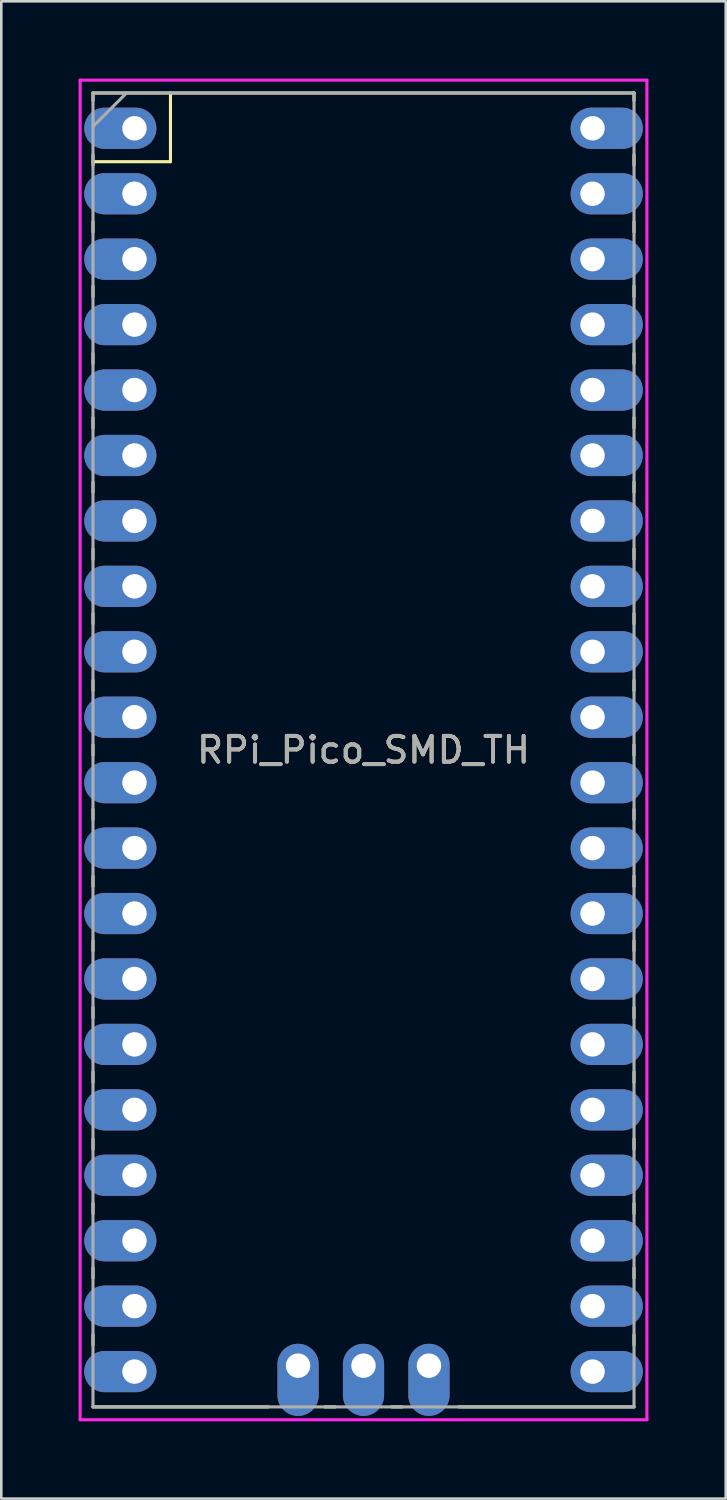
<source format=kicad_pcb>
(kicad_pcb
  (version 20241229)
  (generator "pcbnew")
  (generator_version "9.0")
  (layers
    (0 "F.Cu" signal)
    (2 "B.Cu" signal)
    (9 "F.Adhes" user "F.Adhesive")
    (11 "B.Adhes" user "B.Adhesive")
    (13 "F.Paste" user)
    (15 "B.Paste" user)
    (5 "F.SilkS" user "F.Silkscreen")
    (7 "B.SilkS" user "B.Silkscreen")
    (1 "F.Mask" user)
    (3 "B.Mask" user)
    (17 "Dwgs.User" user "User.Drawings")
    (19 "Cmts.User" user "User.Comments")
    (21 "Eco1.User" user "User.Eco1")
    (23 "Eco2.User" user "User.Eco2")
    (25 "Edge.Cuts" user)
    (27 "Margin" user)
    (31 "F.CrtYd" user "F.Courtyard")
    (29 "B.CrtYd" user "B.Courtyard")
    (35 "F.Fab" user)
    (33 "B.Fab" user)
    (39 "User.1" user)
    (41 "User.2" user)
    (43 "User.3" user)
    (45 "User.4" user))
  (footprint "RPi_Pico_SMD_TH"
    (layer "F.Cu")
    (at 11.06 26.06)
    (property "Reference" "RPi_Pico_SMD_TH" (at 0 0 0) (layer "F.SilkS") (effects (font (size 1 1) (thickness 0.15))))
    (attr through_hole)
    (fp_line (start -10.5 -25.5) (end -10.5 -25.2) (stroke (width 0.12) (type solid)) (layer "F.SilkS"))
    (fp_line (start -10.5 -25.5) (end 10.5 -25.5) (stroke (width 0.12) (type solid)) (layer "F.SilkS"))
    (fp_line (start -10.5 -23.1) (end -10.5 -22.7) (stroke (width 0.12) (type solid)) (layer "F.SilkS"))
    (fp_line (start -10.5 -22.833) (end -7.493 -22.833) (stroke (width 0.12) (type solid)) (layer "F.SilkS"))
    (fp_line (start -10.5 -20.5) (end -10.5 -20.1) (stroke (width 0.12) (type solid)) (layer "F.SilkS"))
    (fp_line (start -10.5 -18) (end -10.5 -17.6) (stroke (width 0.12) (type solid)) (layer "F.SilkS"))
    (fp_line (start -10.5 -15.4) (end -10.5 -15) (stroke (width 0.12) (type solid)) (layer "F.SilkS"))
    (fp_line (start -10.5 -12.9) (end -10.5 -12.5) (stroke (width 0.12) (type solid)) (layer "F.SilkS"))
    (fp_line (start -10.5 -10.4) (end -10.5 -10) (stroke (width 0.12) (type solid)) (layer "F.SilkS"))
    (fp_line (start -10.5 -7.8) (end -10.5 -7.4) (stroke (width 0.12) (type solid)) (layer "F.SilkS"))
    (fp_line (start -10.5 -5.3) (end -10.5 -4.9) (stroke (width 0.12) (type solid)) (layer "F.SilkS"))
    (fp_line (start -10.5 -2.7) (end -10.5 -2.3) (stroke (width 0.12) (type solid)) (layer "F.SilkS"))
    (fp_line (start -10.5 -0.2) (end -10.5 0.2) (stroke (width 0.12) (type solid)) (layer "F.SilkS"))
    (fp_line (start -10.5 2.3) (end -10.5 2.7) (stroke (width 0.12) (type solid)) (layer "F.SilkS"))
    (fp_line (start -10.5 4.9) (end -10.5 5.3) (stroke (width 0.12) (type solid)) (layer "F.SilkS"))
    (fp_line (start -10.5 7.4) (end -10.5 7.8) (stroke (width 0.12) (type solid)) (layer "F.SilkS"))
    (fp_line (start -10.5 10) (end -10.5 10.4) (stroke (width 0.12) (type solid)) (layer "F.SilkS"))
    (fp_line (start -10.5 12.5) (end -10.5 12.9) (stroke (width 0.12) (type solid)) (layer "F.SilkS"))
    (fp_line (start -10.5 15.1) (end -10.5 15.5) (stroke (width 0.12) (type solid)) (layer "F.SilkS"))
    (fp_line (start -10.5 17.6) (end -10.5 18) (stroke (width 0.12) (type solid)) (layer "F.SilkS"))
    (fp_line (start -10.5 20.1) (end -10.5 20.5) (stroke (width 0.12) (type solid)) (layer "F.SilkS"))
    (fp_line (start -10.5 22.7) (end -10.5 23.1) (stroke (width 0.12) (type solid)) (layer "F.SilkS"))
    (fp_line (start -7.493 -22.833) (end -7.493 -25.5) (stroke (width 0.12) (type solid)) (layer "F.SilkS"))
    (fp_line (start -3.7 25.5) (end -10.5 25.5) (stroke (width 0.12) (type solid)) (layer "F.SilkS"))
    (fp_line (start -1.5 25.5) (end -1.1 25.5) (stroke (width 0.12) (type solid)) (layer "F.SilkS"))
    (fp_line (start 1.1 25.5) (end 1.5 25.5) (stroke (width 0.12) (type solid)) (layer "F.SilkS"))
    (fp_line (start 10.5 -25.5) (end 10.5 -25.2) (stroke (width 0.12) (type solid)) (layer "F.SilkS"))
    (fp_line (start 10.5 -23.1) (end 10.5 -22.7) (stroke (width 0.12) (type solid)) (layer "F.SilkS"))
    (fp_line (start 10.5 -20.5) (end 10.5 -20.1) (stroke (width 0.12) (type solid)) (layer "F.SilkS"))
    (fp_line (start 10.5 -18) (end 10.5 -17.6) (stroke (width 0.12) (type solid)) (layer "F.SilkS"))
    (fp_line (start 10.5 -15.4) (end 10.5 -15) (stroke (width 0.12) (type solid)) (layer "F.SilkS"))
    (fp_line (start 10.5 -12.9) (end 10.5 -12.5) (stroke (width 0.12) (type solid)) (layer "F.SilkS"))
    (fp_line (start 10.5 -10.4) (end 10.5 -10) (stroke (width 0.12) (type solid)) (layer "F.SilkS"))
    (fp_line (start 10.5 -7.8) (end 10.5 -7.4) (stroke (width 0.12) (type solid)) (layer "F.SilkS"))
    (fp_line (start 10.5 -5.3) (end 10.5 -4.9) (stroke (width 0.12) (type solid)) (layer "F.SilkS"))
    (fp_line (start 10.5 -2.7) (end 10.5 -2.3) (stroke (width 0.12) (type solid)) (layer "F.SilkS"))
    (fp_line (start 10.5 -0.2) (end 10.5 0.2) (stroke (width 0.12) (type solid)) (layer "F.SilkS"))
    (fp_line (start 10.5 2.3) (end 10.5 2.7) (stroke (width 0.12) (type solid)) (layer "F.SilkS"))
    (fp_line (start 10.5 4.9) (end 10.5 5.3) (stroke (width 0.12) (type solid)) (layer "F.SilkS"))
    (fp_line (start 10.5 7.4) (end 10.5 7.8) (stroke (width 0.12) (type solid)) (layer "F.SilkS"))
    (fp_line (start 10.5 10) (end 10.5 10.4) (stroke (width 0.12) (type solid)) (layer "F.SilkS"))
    (fp_line (start 10.5 12.5) (end 10.5 12.9) (stroke (width 0.12) (type solid)) (layer "F.SilkS"))
    (fp_line (start 10.5 15.1) (end 10.5 15.5) (stroke (width 0.12) (type solid)) (layer "F.SilkS"))
    (fp_line (start 10.5 17.6) (end 10.5 18) (stroke (width 0.12) (type solid)) (layer "F.SilkS"))
    (fp_line (start 10.5 20.1) (end 10.5 20.5) (stroke (width 0.12) (type solid)) (layer "F.SilkS"))
    (fp_line (start 10.5 22.7) (end 10.5 23.1) (stroke (width 0.12) (type solid)) (layer "F.SilkS"))
    (fp_line (start 10.5 25.5) (end 3.7 25.5) (stroke (width 0.12) (type solid)) (layer "F.SilkS"))
    (fp_line (start -11 -26) (end 11 -26) (stroke (width 0.12) (type solid)) (layer "F.CrtYd"))
    (fp_line (start -11 26) (end -11 -26) (stroke (width 0.12) (type solid)) (layer "F.CrtYd"))
    (fp_line (start 11 -26) (end 11 26) (stroke (width 0.12) (type solid)) (layer "F.CrtYd"))
    (fp_line (start 11 26) (end -11 26) (stroke (width 0.12) (type solid)) (layer "F.CrtYd"))
    (fp_line (start -10.5 -25.5) (end 10.5 -25.5) (stroke (width 0.12) (type solid)) (layer "F.Fab"))
    (fp_line (start -10.5 -24.2) (end -9.2 -25.5) (stroke (width 0.12) (type solid)) (layer "F.Fab"))
    (fp_line (start -10.5 25.5) (end -10.5 -25.5) (stroke (width 0.12) (type solid)) (layer "F.Fab"))
    (fp_line (start 10.5 -25.5) (end 10.5 25.5) (stroke (width 0.12) (type solid)) (layer "F.Fab"))
    (fp_line (start 10.5 25.5) (end -10.5 25.5) (stroke (width 0.12) (type solid)) (layer "F.Fab"))
    (fp_text user "${REFERENCE}" (at 0 0 180) (layer "F.Fab") (effects (font (size 1 1) (thickness 0.15))))
    (pad "1" thru_hole oval (at -8.89 -24.13) (size 2.8 1.6) (drill 0.95 (offset -0.55 0)) (layers "*.Cu" "*.Mask"))
    (pad "2" thru_hole oval (at -8.89 -21.59) (size 2.8 1.6) (drill 0.95 (offset -0.55 0)) (layers "*.Cu" "*.Mask"))
    (pad "3" thru_hole oval (at -8.89 -19.05) (size 2.8 1.6) (drill 0.95 (offset -0.55 0)) (layers "*.Cu" "*.Mask"))
    (pad "4" thru_hole oval (at -8.89 -16.51) (size 2.8 1.6) (drill 0.95 (offset -0.55 0)) (layers "*.Cu" "*.Mask"))
    (pad "5" thru_hole oval (at -8.89 -13.97) (size 2.8 1.6) (drill 0.95 (offset -0.55 0)) (layers "*.Cu" "*.Mask"))
    (pad "6" thru_hole oval (at -8.89 -11.43) (size 2.8 1.6) (drill 0.95 (offset -0.55 0)) (layers "*.Cu" "*.Mask"))
    (pad "7" thru_hole oval (at -8.89 -8.89) (size 2.8 1.6) (drill 0.95 (offset -0.55 0)) (layers "*.Cu" "*.Mask"))
    (pad "8" thru_hole oval (at -8.89 -6.35) (size 2.8 1.6) (drill 0.95 (offset -0.55 0)) (layers "*.Cu" "*.Mask"))
    (pad "9" thru_hole oval (at -8.89 -3.81) (size 2.8 1.6) (drill 0.95 (offset -0.55 0)) (layers "*.Cu" "*.Mask"))
    (pad "10" thru_hole oval (at -8.89 -1.27) (size 2.8 1.6) (drill 0.95 (offset -0.55 0)) (layers "*.Cu" "*.Mask"))
    (pad "11" thru_hole oval (at -8.89 1.27) (size 2.8 1.6) (drill 0.95 (offset -0.55 0)) (layers "*.Cu" "*.Mask"))
    (pad "12" thru_hole oval (at -8.89 3.81) (size 2.8 1.6) (drill 0.95 (offset -0.55 0)) (layers "*.Cu" "*.Mask"))
    (pad "13" thru_hole oval (at -8.89 6.35) (size 2.8 1.6) (drill 0.95 (offset -0.55 0)) (layers "*.Cu" "*.Mask"))
    (pad "14" thru_hole oval (at -8.89 8.89) (size 2.8 1.6) (drill 0.95 (offset -0.55 0)) (layers "*.Cu" "*.Mask"))
    (pad "15" thru_hole oval (at -8.89 11.43) (size 2.8 1.6) (drill 0.95 (offset -0.55 0)) (layers "*.Cu" "*.Mask"))
    (pad "16" thru_hole oval (at -8.89 13.97) (size 2.8 1.6) (drill 0.95 (offset -0.55 0)) (layers "*.Cu" "*.Mask"))
    (pad "17" thru_hole oval (at -8.89 16.51) (size 2.8 1.6) (drill 0.95 (offset -0.55 0)) (layers "*.Cu" "*.Mask"))
    (pad "18" thru_hole oval (at -8.89 19.05) (size 2.8 1.6) (drill 0.95 (offset -0.55 0)) (layers "*.Cu" "*.Mask"))
    (pad "19" thru_hole oval (at -8.89 21.59) (size 2.8 1.6) (drill 0.95 (offset -0.55 0)) (layers "*.Cu" "*.Mask"))
    (pad "20" thru_hole oval (at -8.89 24.13) (size 2.8 1.6) (drill 0.95 (offset -0.55 0)) (layers "*.Cu" "*.Mask"))
    (pad "21" thru_hole oval (at 8.89 24.13 180) (size 2.8 1.6) (drill 0.95 (offset -0.55 0)) (layers "*.Cu" "*.Mask"))
    (pad "22" thru_hole oval (at 8.89 21.59 180) (size 2.8 1.6) (drill 0.95 (offset -0.55 0)) (layers "*.Cu" "*.Mask"))
    (pad "23" thru_hole oval (at 8.89 19.05 180) (size 2.8 1.6) (drill 0.95 (offset -0.55 0)) (layers "*.Cu" "*.Mask"))
    (pad "24" thru_hole oval (at 8.89 16.51 180) (size 2.8 1.6) (drill 0.95 (offset -0.55 0)) (layers "*.Cu" "*.Mask"))
    (pad "25" thru_hole oval (at 8.89 13.97 180) (size 2.8 1.6) (drill 0.95 (offset -0.55 0)) (layers "*.Cu" "*.Mask"))
    (pad "26" thru_hole oval (at 8.89 11.43 180) (size 2.8 1.6) (drill 0.95 (offset -0.55 0)) (layers "*.Cu" "*.Mask"))
    (pad "27" thru_hole oval (at 8.89 8.89 180) (size 2.8 1.6) (drill 0.95 (offset -0.55 0)) (layers "*.Cu" "*.Mask"))
    (pad "28" thru_hole oval (at 8.89 6.35 180) (size 2.8 1.6) (drill 0.95 (offset -0.55 0)) (layers "*.Cu" "*.Mask"))
    (pad "29" thru_hole oval (at 8.89 3.81 180) (size 2.8 1.6) (drill 0.95 (offset -0.55 0)) (layers "*.Cu" "*.Mask"))
    (pad "30" thru_hole oval (at 8.89 1.27 180) (size 2.8 1.6) (drill 0.95 (offset -0.55 0)) (layers "*.Cu" "*.Mask"))
    (pad "31" thru_hole oval (at 8.89 -1.27 180) (size 2.8 1.6) (drill 0.95 (offset -0.55 0)) (layers "*.Cu" "*.Mask"))
    (pad "32" thru_hole oval (at 8.89 -3.81 180) (size 2.8 1.6) (drill 0.95 (offset -0.55 0)) (layers "*.Cu" "*.Mask"))
    (pad "33" thru_hole oval (at 8.89 -6.35 180) (size 2.8 1.6) (drill 0.95 (offset -0.55 0)) (layers "*.Cu" "*.Mask"))
    (pad "34" thru_hole oval (at 8.89 -8.89 180) (size 2.8 1.6) (drill 0.95 (offset -0.55 0)) (layers "*.Cu" "*.Mask"))
    (pad "35" thru_hole oval (at 8.89 -11.43 180) (size 2.8 1.6) (drill 0.95 (offset -0.55 0)) (layers "*.Cu" "*.Mask"))
    (pad "36" thru_hole oval (at 8.89 -13.97 180) (size 2.8 1.6) (drill 0.95 (offset -0.55 0)) (layers "*.Cu" "*.Mask"))
    (pad "37" thru_hole oval (at 8.89 -16.51 180) (size 2.8 1.6) (drill 0.95 (offset -0.55 0)) (layers "*.Cu" "*.Mask"))
    (pad "38" thru_hole oval (at 8.89 -19.05 180) (size 2.8 1.6) (drill 0.95 (offset -0.55 0)) (layers "*.Cu" "*.Mask"))
    (pad "39" thru_hole oval (at 8.89 -21.59 180) (size 2.8 1.6) (drill 0.95 (offset -0.55 0)) (layers "*.Cu" "*.Mask"))
    (pad "40" thru_hole oval (at 8.89 -24.13 180) (size 2.8 1.6) (drill 0.95 (offset -0.55 0)) (layers "*.Cu" "*.Mask"))
    (pad "41" thru_hole oval (at -2.54 23.9 90) (size 2.8 1.6) (drill 0.95 (offset -0.55 0)) (layers "*.Cu" "*.Mask"))
    (pad "42" thru_hole oval (at 0 23.9 90) (size 2.8 1.6) (drill 0.95 (offset -0.55 0)) (layers "*.Cu" "*.Mask"))
    (pad "43" thru_hole oval (at 2.54 23.9 90) (size 2.8 1.6) (drill 0.95 (offset -0.55 0)) (layers "*.Cu" "*.Mask"))
    (zone (net_name "") (layers "F.Cu" "Dwgs.User") (hatch edge 0.5) (connect_pads) (min_thickness 0.25) (filled_areas_thickness no) (keepout (tracks not_allowed) (vias not_allowed) (pads not_allowed) (copperpour not_allowed) (footprints allowed)) (placement (enabled no)) (fill) (polygon (pts (xy 8.61 1.16) (xy 8.96 1.51) (xy 8.96 2.61) (xy 8.61 2.96) (xy 8.06 2.96) (xy 7.71 2.61) (xy 7.71 1.51) (xy 8.06 1.16))))
    (zone (net_name "") (layers "F.Cu" "Dwgs.User") (hatch edge 0.5) (connect_pads) (min_thickness 0.25) (filled_areas_thickness no) (keepout (tracks not_allowed) (vias not_allowed) (pads not_allowed) (copperpour not_allowed) (footprints allowed)) (placement (enabled no)) (fill) (polygon (pts (xy 8.86 4.335) (xy 9.16 4.635) (xy 9.16 5.535) (xy 8.86 5.835) (xy 8.41 5.835) (xy 8.11 5.535) (xy 8.11 4.635) (xy 8.41 4.335))))
    (zone (net_name "") (layers "F.Cu" "Dwgs.User") (hatch edge 0.5) (connect_pads) (min_thickness 0.25) (filled_areas_thickness no) (keepout (tracks not_allowed) (vias not_allowed) (pads not_allowed) (copperpour not_allowed) (footprints allowed)) (placement (enabled no)) (fill) (polygon (pts (xy 13.71 4.335) (xy 14.01 4.635) (xy 14.01 5.535) (xy 13.71 5.835) (xy 13.26 5.835) (xy 12.96 5.535) (xy 12.96 4.635) (xy 13.26 4.335))))
    (zone (net_name "") (layers "F.Cu" "Dwgs.User") (hatch edge 0.5) (connect_pads) (min_thickness 0.25) (filled_areas_thickness no) (keepout (tracks not_allowed) (vias not_allowed) (pads not_allowed) (copperpour not_allowed) (footprints allowed)) (placement (enabled no)) (fill) (polygon (pts (xy 14.06 1.16) (xy 14.41 1.51) (xy 14.41 2.61) (xy 14.06 2.96) (xy 13.51 2.96) (xy 13.16 2.61) (xy 13.16 1.51) (xy 13.51 1.16)))))
  (gr_rect
    (start -3 -3)
    (end 25.12 55.12)
    (stroke (width 0.1) (type default))
    (fill no)
    (layer "Edge.Cuts")))
</source>
